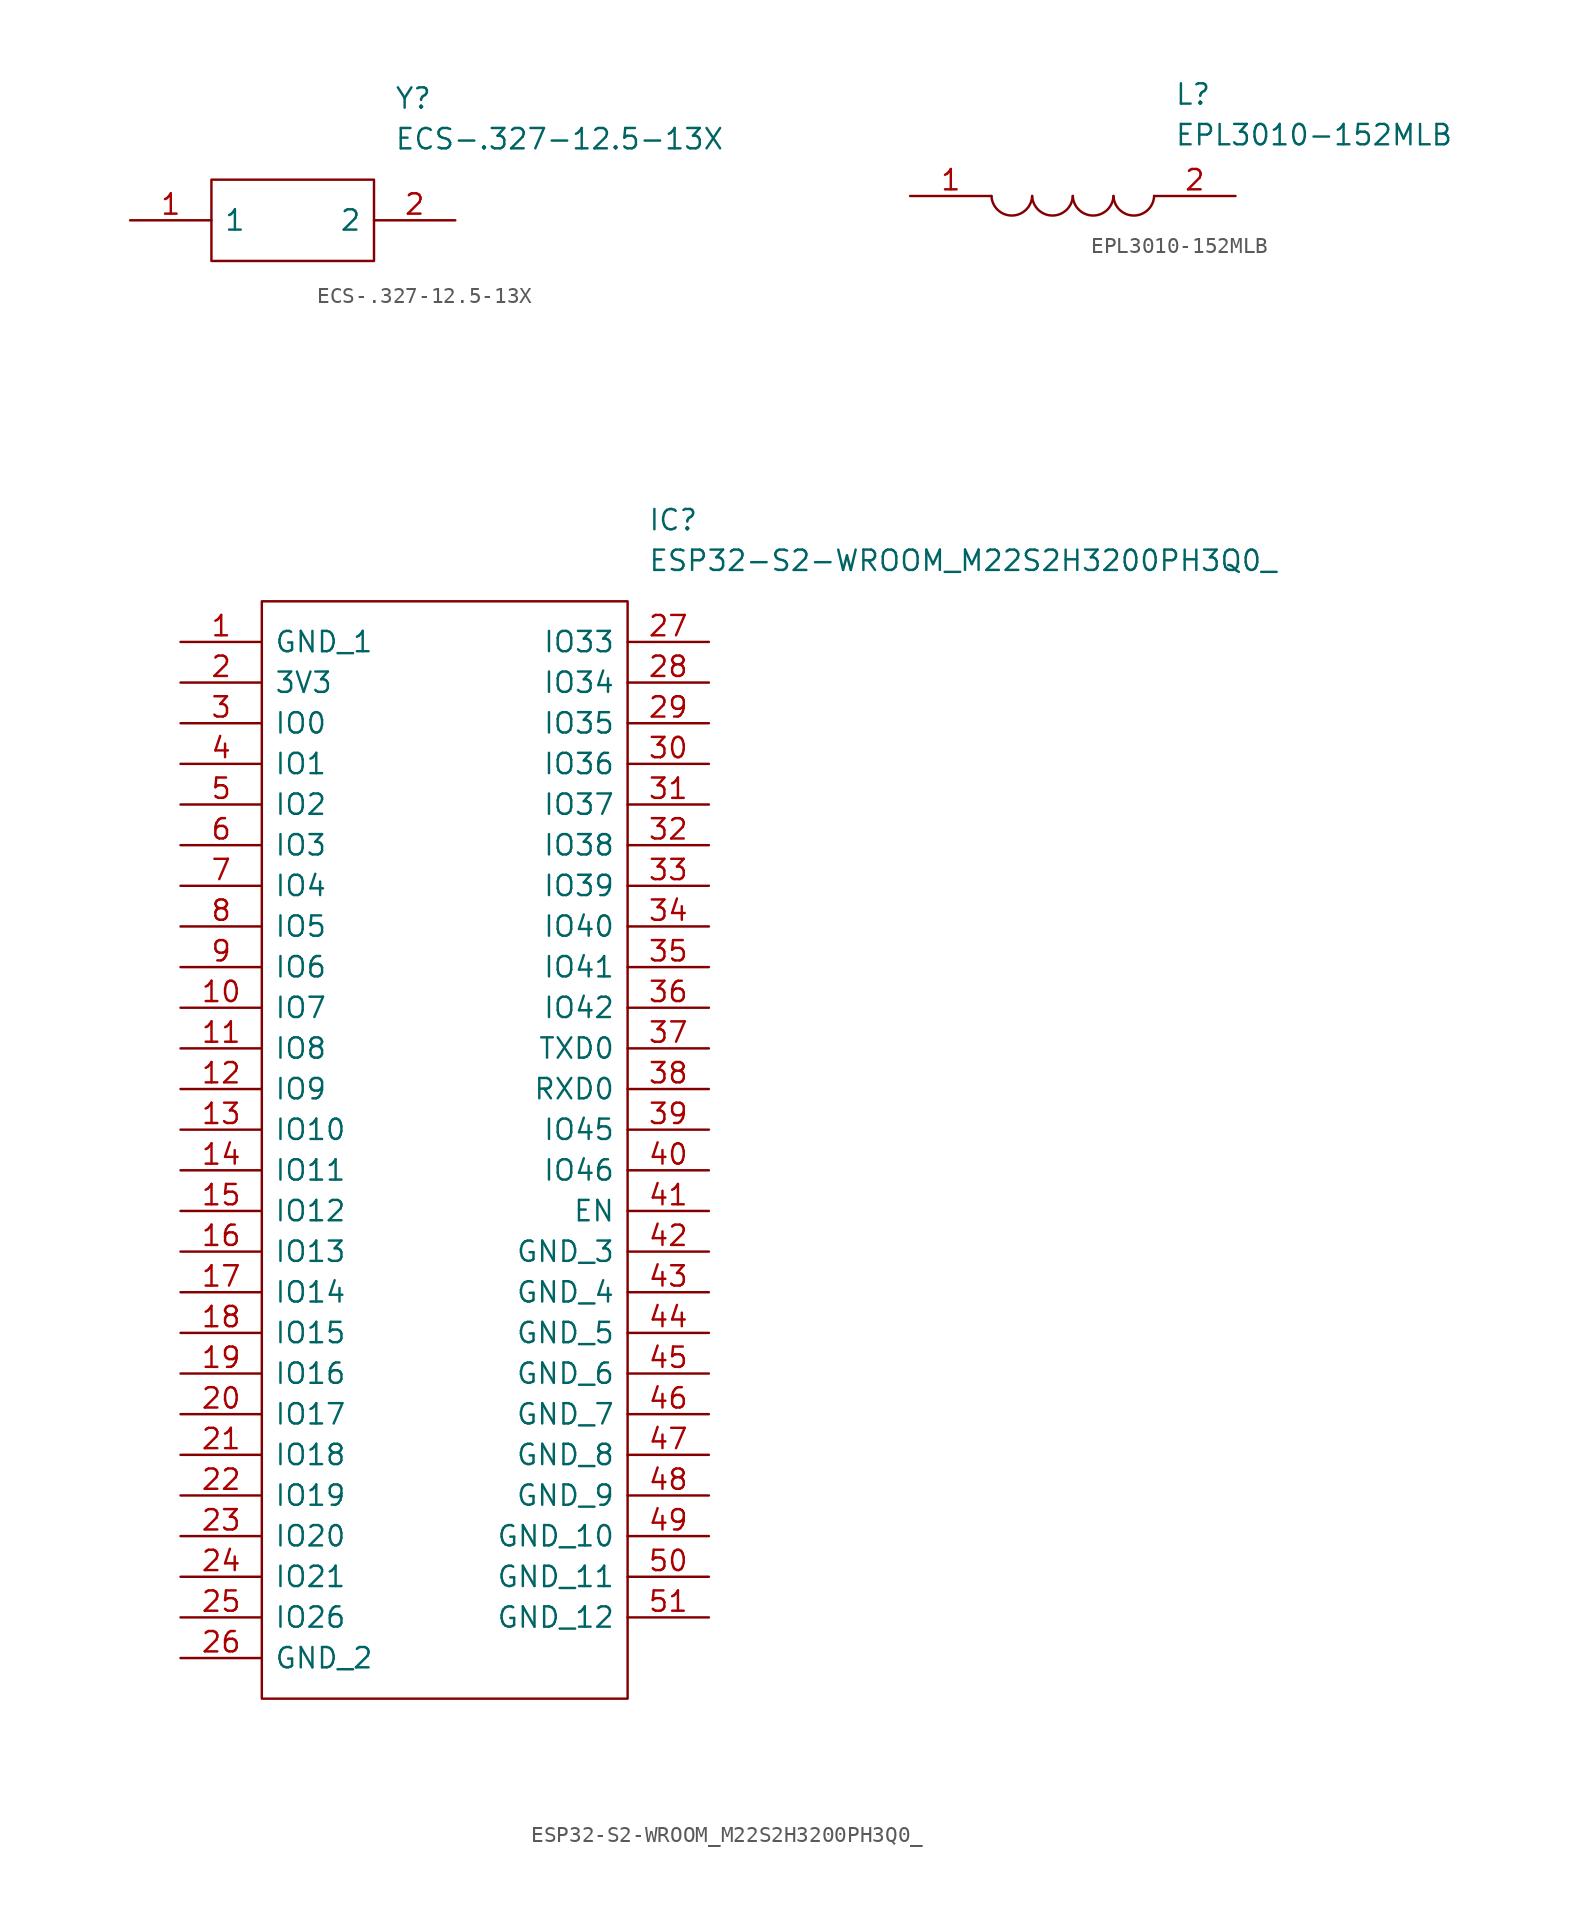
<source format=kicad_sym>
(kicad_symbol_lib
  (version 20211014)
  (generator kicad_symbol_editor)
  (symbol "ECS-.327-12.5-13X"
    (pin_names
      (offset 0.762))
    (property "Reference" "Y"
      (at 16.51 7.62 0)
      (effects (font (size 1.27 1.27)) (justify left)))
    (property "Value" "ECS-.327-12.5-13X"
      (at 16.51 5.08 0)
      (effects (font (size 1.27 1.27)) (justify left)))
    (symbol "ECS-.327-12.5-13X_0_0"
      (pin bidirectional line (at 0 0 0) (length 5.08) (name "1" (effects (font (size 1.27 1.27)))) (number "1" (effects (font (size 1.27 1.27)))))
      (pin bidirectional line (at 20.32 0 180) (length 5.08) (name "2" (effects (font (size 1.27 1.27)))) (number "2" (effects (font (size 1.27 1.27))))))
    (symbol "ECS-.327-12.5-13X_0_1"
      (polyline (pts (xy 5.08 2.54) (xy 15.24 2.54) (xy 15.24 -2.54) (xy 5.08 -2.54) (xy 5.08 2.54)) (stroke (width 0.152) (type default) (color 0 0 0 0)) (fill (type none)))))
  (symbol "EPL3010-152MLB"
    (pin_names
      (offset 0.762))
    (property "Reference" "L"
      (at 16.51 6.35 0)
      (effects (font (size 1.27 1.27)) (justify left)))
    (property "Value" "EPL3010-152MLB"
      (at 16.51 3.81 0)
      (effects (font (size 1.27 1.27)) (justify left)))
    (symbol "EPL3010-152MLB_0_0"
      (pin passive line (at 0 0 0) (length 5.08) (name "~" (effects (font (size 1.27 1.27)))) (number "1" (effects (font (size 1.27 1.27)))))
      (pin passive line (at 20.32 0 180) (length 5.08) (name "~" (effects (font (size 1.27 1.27)))) (number "2" (effects (font (size 1.27 1.27))))))
    (symbol "EPL3010-152MLB_0_1"
      (arc (start 5.08 0) (mid 6.35 -1.3218) (end 7.62 0) (stroke (width 0.1524) (type default) (color 0 0 0 0)) (fill (type none)))
      (arc (start 7.62 0) (mid 8.89 -1.3218) (end 10.16 0) (stroke (width 0.1524) (type default) (color 0 0 0 0)) (fill (type none)))
      (arc (start 10.16 0) (mid 11.43 -1.3218) (end 12.7 0) (stroke (width 0.1524) (type default) (color 0 0 0 0)) (fill (type none)))
      (arc (start 12.7 0) (mid 13.97 -1.3218) (end 15.24 0) (stroke (width 0.1524) (type default) (color 0 0 0 0)) (fill (type none)))))
  (symbol "ESP32-S2-WROOM_M22S2H3200PH3Q0_"
    (pin_names
      (offset 0.762))
    (property "Reference" "IC"
      (at 29.21 7.62 0)
      (effects (font (size 1.27 1.27)) (justify left)))
    (property "Value" "ESP32-S2-WROOM_M22S2H3200PH3Q0_"
      (at 29.21 5.08 0)
      (effects (font (size 1.27 1.27)) (justify left)))
    (symbol "ESP32-S2-WROOM_M22S2H3200PH3Q0__0_0"
      (pin passive line (at 0 0 0) (length 5.08) (name "GND_1" (effects (font (size 1.27 1.27)))) (number "1" (effects (font (size 1.27 1.27)))))
      (pin passive line (at 0 -22.86 0) (length 5.08) (name "IO7" (effects (font (size 1.27 1.27)))) (number "10" (effects (font (size 1.27 1.27)))))
      (pin passive line (at 0 -25.4 0) (length 5.08) (name "IO8" (effects (font (size 1.27 1.27)))) (number "11" (effects (font (size 1.27 1.27)))))
      (pin passive line (at 0 -27.94 0) (length 5.08) (name "IO9" (effects (font (size 1.27 1.27)))) (number "12" (effects (font (size 1.27 1.27)))))
      (pin passive line (at 0 -30.48 0) (length 5.08) (name "IO10" (effects (font (size 1.27 1.27)))) (number "13" (effects (font (size 1.27 1.27)))))
      (pin passive line (at 0 -33.02 0) (length 5.08) (name "IO11" (effects (font (size 1.27 1.27)))) (number "14" (effects (font (size 1.27 1.27)))))
      (pin passive line (at 0 -35.56 0) (length 5.08) (name "IO12" (effects (font (size 1.27 1.27)))) (number "15" (effects (font (size 1.27 1.27)))))
      (pin passive line (at 0 -38.1 0) (length 5.08) (name "IO13" (effects (font (size 1.27 1.27)))) (number "16" (effects (font (size 1.27 1.27)))))
      (pin passive line (at 0 -40.64 0) (length 5.08) (name "IO14" (effects (font (size 1.27 1.27)))) (number "17" (effects (font (size 1.27 1.27)))))
      (pin passive line (at 0 -43.18 0) (length 5.08) (name "IO15" (effects (font (size 1.27 1.27)))) (number "18" (effects (font (size 1.27 1.27)))))
      (pin passive line (at 0 -45.72 0) (length 5.08) (name "IO16" (effects (font (size 1.27 1.27)))) (number "19" (effects (font (size 1.27 1.27)))))
      (pin passive line (at 0 -2.54 0) (length 5.08) (name "3V3" (effects (font (size 1.27 1.27)))) (number "2" (effects (font (size 1.27 1.27)))))
      (pin passive line (at 0 -48.26 0) (length 5.08) (name "IO17" (effects (font (size 1.27 1.27)))) (number "20" (effects (font (size 1.27 1.27)))))
      (pin passive line (at 0 -50.8 0) (length 5.08) (name "IO18" (effects (font (size 1.27 1.27)))) (number "21" (effects (font (size 1.27 1.27)))))
      (pin passive line (at 0 -53.34 0) (length 5.08) (name "IO19" (effects (font (size 1.27 1.27)))) (number "22" (effects (font (size 1.27 1.27)))))
      (pin passive line (at 0 -55.88 0) (length 5.08) (name "IO20" (effects (font (size 1.27 1.27)))) (number "23" (effects (font (size 1.27 1.27)))))
      (pin passive line (at 0 -58.42 0) (length 5.08) (name "IO21" (effects (font (size 1.27 1.27)))) (number "24" (effects (font (size 1.27 1.27)))))
      (pin passive line (at 0 -60.96 0) (length 5.08) (name "IO26" (effects (font (size 1.27 1.27)))) (number "25" (effects (font (size 1.27 1.27)))))
      (pin passive line (at 0 -63.5 0) (length 5.08) (name "GND_2" (effects (font (size 1.27 1.27)))) (number "26" (effects (font (size 1.27 1.27)))))
      (pin passive line (at 33.02 0 180) (length 5.08) (name "IO33" (effects (font (size 1.27 1.27)))) (number "27" (effects (font (size 1.27 1.27)))))
      (pin passive line (at 33.02 -2.54 180) (length 5.08) (name "IO34" (effects (font (size 1.27 1.27)))) (number "28" (effects (font (size 1.27 1.27)))))
      (pin passive line (at 33.02 -5.08 180) (length 5.08) (name "IO35" (effects (font (size 1.27 1.27)))) (number "29" (effects (font (size 1.27 1.27)))))
      (pin passive line (at 0 -5.08 0) (length 5.08) (name "IO0" (effects (font (size 1.27 1.27)))) (number "3" (effects (font (size 1.27 1.27)))))
      (pin passive line (at 33.02 -7.62 180) (length 5.08) (name "IO36" (effects (font (size 1.27 1.27)))) (number "30" (effects (font (size 1.27 1.27)))))
      (pin passive line (at 33.02 -10.16 180) (length 5.08) (name "IO37" (effects (font (size 1.27 1.27)))) (number "31" (effects (font (size 1.27 1.27)))))
      (pin passive line (at 33.02 -12.7 180) (length 5.08) (name "IO38" (effects (font (size 1.27 1.27)))) (number "32" (effects (font (size 1.27 1.27)))))
      (pin passive line (at 33.02 -15.24 180) (length 5.08) (name "IO39" (effects (font (size 1.27 1.27)))) (number "33" (effects (font (size 1.27 1.27)))))
      (pin passive line (at 33.02 -17.78 180) (length 5.08) (name "IO40" (effects (font (size 1.27 1.27)))) (number "34" (effects (font (size 1.27 1.27)))))
      (pin passive line (at 33.02 -20.32 180) (length 5.08) (name "IO41" (effects (font (size 1.27 1.27)))) (number "35" (effects (font (size 1.27 1.27)))))
      (pin passive line (at 33.02 -22.86 180) (length 5.08) (name "IO42" (effects (font (size 1.27 1.27)))) (number "36" (effects (font (size 1.27 1.27)))))
      (pin passive line (at 33.02 -25.4 180) (length 5.08) (name "TXD0" (effects (font (size 1.27 1.27)))) (number "37" (effects (font (size 1.27 1.27)))))
      (pin passive line (at 33.02 -27.94 180) (length 5.08) (name "RXD0" (effects (font (size 1.27 1.27)))) (number "38" (effects (font (size 1.27 1.27)))))
      (pin passive line (at 33.02 -30.48 180) (length 5.08) (name "IO45" (effects (font (size 1.27 1.27)))) (number "39" (effects (font (size 1.27 1.27)))))
      (pin passive line (at 0 -7.62 0) (length 5.08) (name "IO1" (effects (font (size 1.27 1.27)))) (number "4" (effects (font (size 1.27 1.27)))))
      (pin passive line (at 33.02 -33.02 180) (length 5.08) (name "IO46" (effects (font (size 1.27 1.27)))) (number "40" (effects (font (size 1.27 1.27)))))
      (pin passive line (at 33.02 -35.56 180) (length 5.08) (name "EN" (effects (font (size 1.27 1.27)))) (number "41" (effects (font (size 1.27 1.27)))))
      (pin passive line (at 33.02 -38.1 180) (length 5.08) (name "GND_3" (effects (font (size 1.27 1.27)))) (number "42" (effects (font (size 1.27 1.27)))))
      (pin passive line (at 33.02 -40.64 180) (length 5.08) (name "GND_4" (effects (font (size 1.27 1.27)))) (number "43" (effects (font (size 1.27 1.27)))))
      (pin passive line (at 33.02 -43.18 180) (length 5.08) (name "GND_5" (effects (font (size 1.27 1.27)))) (number "44" (effects (font (size 1.27 1.27)))))
      (pin passive line (at 33.02 -45.72 180) (length 5.08) (name "GND_6" (effects (font (size 1.27 1.27)))) (number "45" (effects (font (size 1.27 1.27)))))
      (pin passive line (at 33.02 -48.26 180) (length 5.08) (name "GND_7" (effects (font (size 1.27 1.27)))) (number "46" (effects (font (size 1.27 1.27)))))
      (pin passive line (at 33.02 -50.8 180) (length 5.08) (name "GND_8" (effects (font (size 1.27 1.27)))) (number "47" (effects (font (size 1.27 1.27)))))
      (pin passive line (at 33.02 -53.34 180) (length 5.08) (name "GND_9" (effects (font (size 1.27 1.27)))) (number "48" (effects (font (size 1.27 1.27)))))
      (pin passive line (at 33.02 -55.88 180) (length 5.08) (name "GND_10" (effects (font (size 1.27 1.27)))) (number "49" (effects (font (size 1.27 1.27)))))
      (pin passive line (at 0 -10.16 0) (length 5.08) (name "IO2" (effects (font (size 1.27 1.27)))) (number "5" (effects (font (size 1.27 1.27)))))
      (pin passive line (at 33.02 -58.42 180) (length 5.08) (name "GND_11" (effects (font (size 1.27 1.27)))) (number "50" (effects (font (size 1.27 1.27)))))
      (pin passive line (at 33.02 -60.96 180) (length 5.08) (name "GND_12" (effects (font (size 1.27 1.27)))) (number "51" (effects (font (size 1.27 1.27)))))
      (pin passive line (at 0 -12.7 0) (length 5.08) (name "IO3" (effects (font (size 1.27 1.27)))) (number "6" (effects (font (size 1.27 1.27)))))
      (pin passive line (at 0 -15.24 0) (length 5.08) (name "IO4" (effects (font (size 1.27 1.27)))) (number "7" (effects (font (size 1.27 1.27)))))
      (pin passive line (at 0 -17.78 0) (length 5.08) (name "IO5" (effects (font (size 1.27 1.27)))) (number "8" (effects (font (size 1.27 1.27)))))
      (pin passive line (at 0 -20.32 0) (length 5.08) (name "IO6" (effects (font (size 1.27 1.27)))) (number "9" (effects (font (size 1.27 1.27))))))
    (symbol "ESP32-S2-WROOM_M22S2H3200PH3Q0__0_1"
      (polyline (pts (xy 5.08 2.54) (xy 27.94 2.54) (xy 27.94 -66.04) (xy 5.08 -66.04) (xy 5.08 2.54)) (stroke (width 0.152) (type default) (color 0 0 0 0)) (fill (type none))))))
</source>
